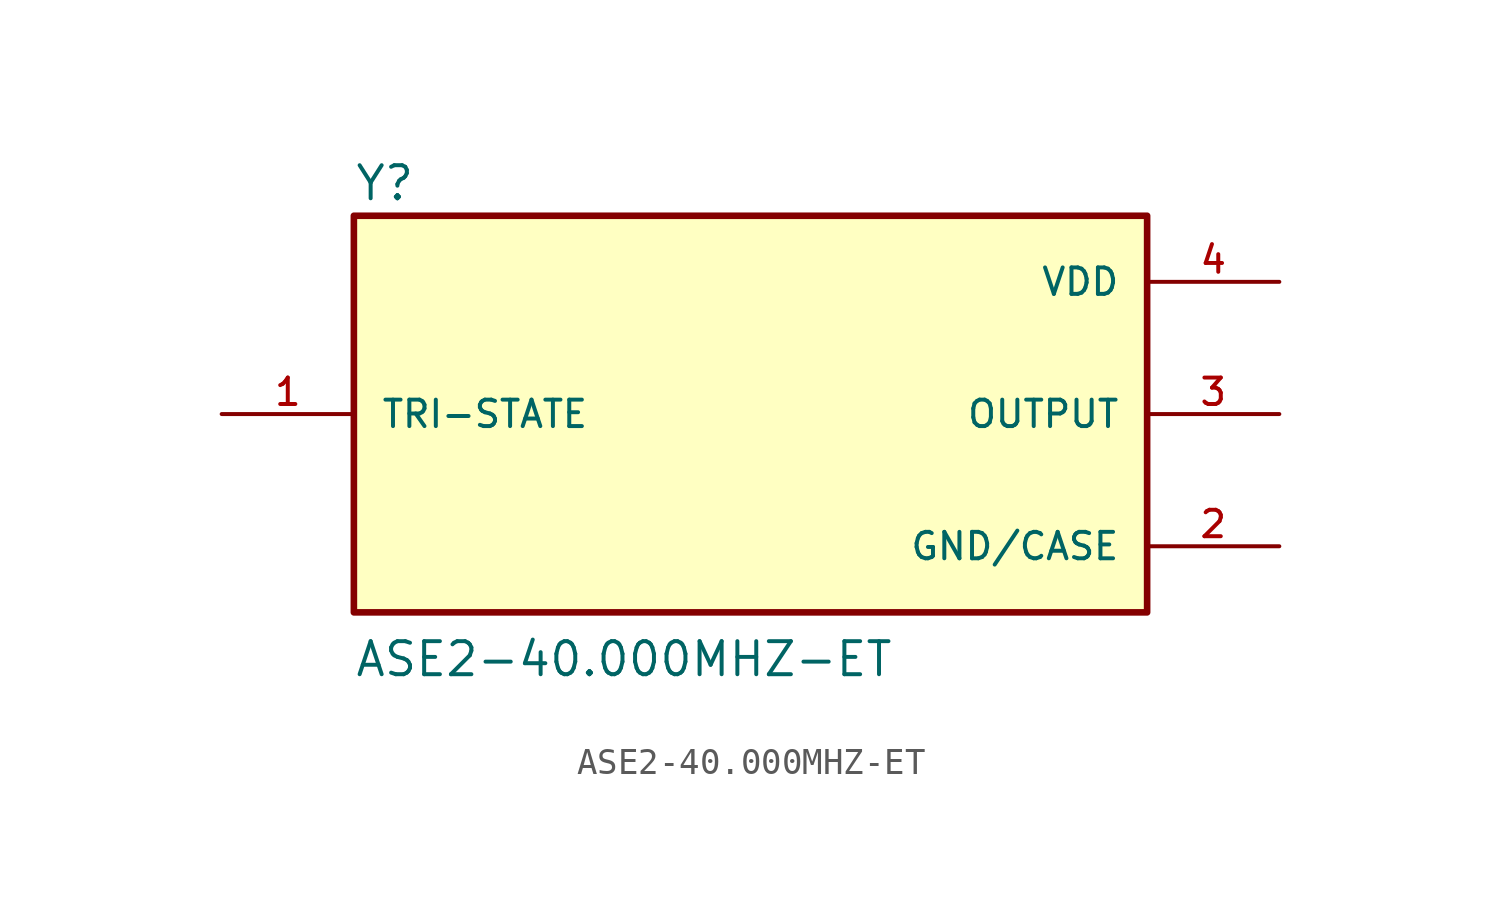
<source format=kicad_sym>
(kicad_symbol_lib
  (version 20211014)
  (generator kicad_symbol_editor)
  (symbol "ASE2-40.000MHZ-ET"
    (pin_names
      (offset 1.016))
    (property "Reference" "Y"
      (at -15.24 8.128 0)
      (effects (font (size 1.27 1.27)) (justify bottom left)))
    (property "Value" "ASE2-40.000MHZ-ET"
      (at -15.24 -10.16 0)
      (effects (font (size 1.27 1.27)) (justify bottom left)))
    (symbol "ASE2-40.000MHZ-ET_0_0"
      (rectangle (start -15.24 -7.62) (end 15.24 7.62) (stroke (width 0.254)) (fill (type background)))
      (pin power_in line (at 20.32 5.08 180.0) (length 5.08) (name "VDD" (effects (font (size 1.016 1.016)))) (number "4" (effects (font (size 1.016 1.016)))))
      (pin passive line (at -20.32 0.0 0) (length 5.08) (name "TRI-STATE" (effects (font (size 1.016 1.016)))) (number "1" (effects (font (size 1.016 1.016)))))
      (pin power_in line (at 20.32 -5.08 180.0) (length 5.08) (name "GND/CASE" (effects (font (size 1.016 1.016)))) (number "2" (effects (font (size 1.016 1.016)))))
      (pin output line (at 20.32 0.0 180.0) (length 5.08) (name "OUTPUT" (effects (font (size 1.016 1.016)))) (number "3" (effects (font (size 1.016 1.016))))))))
</source>
